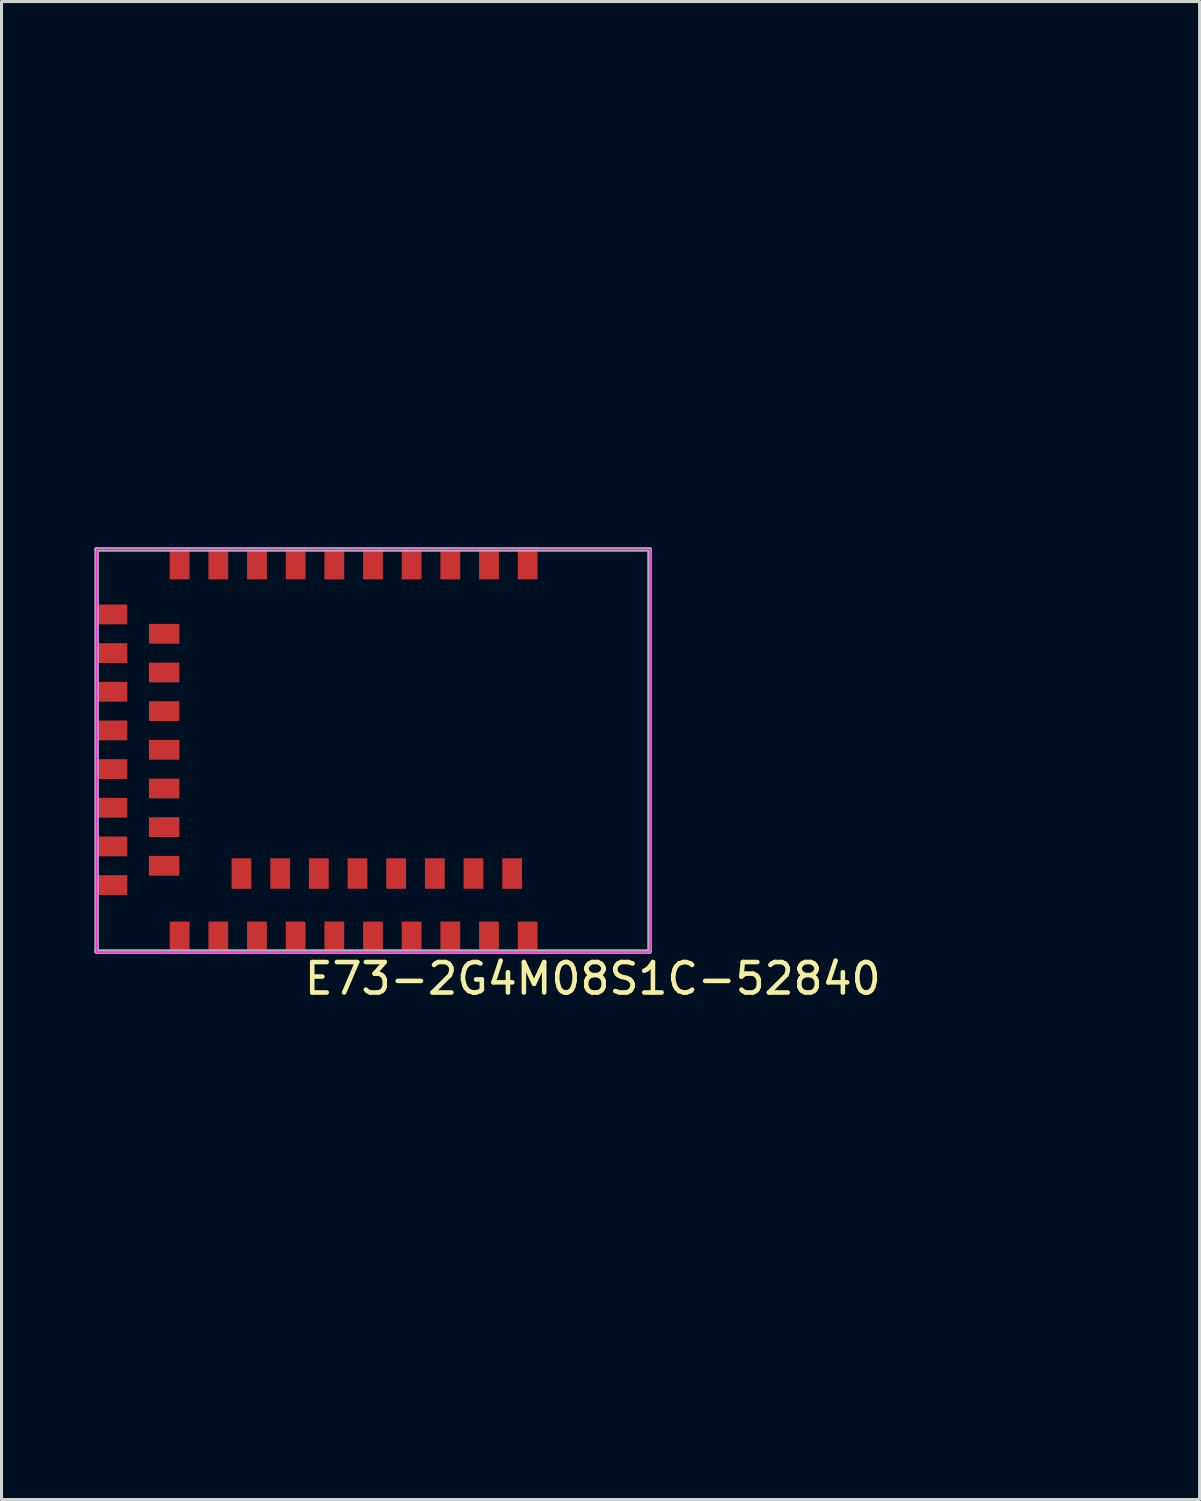
<source format=kicad_pcb>
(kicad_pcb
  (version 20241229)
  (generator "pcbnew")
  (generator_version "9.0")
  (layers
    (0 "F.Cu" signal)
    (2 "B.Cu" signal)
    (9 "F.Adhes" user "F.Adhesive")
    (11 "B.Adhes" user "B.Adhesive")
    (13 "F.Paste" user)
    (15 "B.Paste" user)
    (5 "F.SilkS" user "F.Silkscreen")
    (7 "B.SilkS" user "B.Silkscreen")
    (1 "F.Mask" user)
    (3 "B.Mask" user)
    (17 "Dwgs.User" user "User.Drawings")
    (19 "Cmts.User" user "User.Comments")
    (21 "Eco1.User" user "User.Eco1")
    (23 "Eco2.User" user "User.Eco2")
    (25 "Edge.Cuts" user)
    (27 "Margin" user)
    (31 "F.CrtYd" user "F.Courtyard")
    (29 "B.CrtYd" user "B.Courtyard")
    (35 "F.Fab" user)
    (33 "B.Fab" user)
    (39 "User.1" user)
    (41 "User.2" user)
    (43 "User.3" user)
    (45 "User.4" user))
  (footprint "E73-2G4M08S1C-52840"
    (layer "F.Cu")
    (at 0.25 21.6)
    (property "Reference" "E73-2G4M08S1C-52840" (at 16.169 7.493 180) (layer "F.SilkS") (effects (font (size 1 1) (thickness 0.15))))
    (attr through_hole)
    (fp_rect (start -0.127 -6.604) (end 18.05 6.62) (stroke (width 0.05) (type default)) (fill no) (layer "F.CrtYd"))
    (fp_line (start -0.127 -6.604) (end -0.127 6.604) (stroke (width 0.15) (type solid)) (layer "F.Fab"))
    (fp_line (start -0.127 6.604) (end 18.034 6.604) (stroke (width 0.15) (type solid)) (layer "F.Fab"))
    (fp_line (start 18.034 -6.604) (end -0.127 -6.604) (stroke (width 0.15) (type solid)) (layer "F.Fab"))
    (fp_line (start 18.034 6.604) (end 18.034 -6.604) (stroke (width 0.15) (type solid)) (layer "F.Fab"))
    (pad "1" smd rect (at 14.03 -6.119) (size 0.65 1) (layers "F.Cu" "F.Mask" "F.Paste"))
    (pad "2" smd rect (at 12.76 -6.119) (size 0.65 1) (layers "F.Cu" "F.Mask" "F.Paste"))
    (pad "3" smd rect (at 11.49 -6.119) (size 0.65 1) (layers "F.Cu" "F.Mask" "F.Paste"))
    (pad "4" smd rect (at 10.22 -6.119) (size 0.65 1) (layers "F.Cu" "F.Mask" "F.Paste"))
    (pad "5" smd rect (at 8.95 -6.119) (size 0.65 1) (layers "F.Cu" "F.Mask" "F.Paste"))
    (pad "6" smd rect (at 7.68 -6.119) (size 0.65 1) (layers "F.Cu" "F.Mask" "F.Paste"))
    (pad "7" smd rect (at 6.41 -6.119) (size 0.65 1) (layers "F.Cu" "F.Mask" "F.Paste"))
    (pad "8" smd rect (at 5.14 -6.119) (size 0.65 1) (layers "F.Cu" "F.Mask" "F.Paste"))
    (pad "9" smd rect (at 3.87 -6.119) (size 0.65 1) (layers "F.Cu" "F.Mask" "F.Paste"))
    (pad "10" smd rect (at 2.6 -6.119) (size 0.65 1) (layers "F.Cu" "F.Mask" "F.Paste"))
    (pad "11" smd rect (at 0.381 -4.47 90) (size 0.65 1) (layers "F.Cu" "F.Mask" "F.Paste"))
    (pad "12" smd rect (at 2.092 -3.833 90) (size 0.65 1) (layers "F.Cu" "F.Mask" "F.Paste"))
    (pad "13" smd rect (at 0.381 -3.2 90) (size 0.65 1) (layers "F.Cu" "F.Mask" "F.Paste"))
    (pad "14" smd rect (at 2.092 -2.563 90) (size 0.65 1) (layers "F.Cu" "F.Mask" "F.Paste"))
    (pad "15" smd rect (at 0.381 -1.93 90) (size 0.65 1) (layers "F.Cu" "F.Mask" "F.Paste"))
    (pad "16" smd rect (at 2.092 -1.293 90) (size 0.65 1) (layers "F.Cu" "F.Mask" "F.Paste"))
    (pad "17" smd rect (at 0.381 -0.66 90) (size 0.65 1) (layers "F.Cu" "F.Mask" "F.Paste"))
    (pad "18" smd rect (at 2.092 -0.023 90) (size 0.65 1) (layers "F.Cu" "F.Mask" "F.Paste"))
    (pad "19" smd rect (at 0.381 0.61 90) (size 0.65 1) (layers "F.Cu" "F.Mask" "F.Paste"))
    (pad "20" smd rect (at 2.092 1.247 90) (size 0.65 1) (layers "F.Cu" "F.Mask" "F.Paste"))
    (pad "21" smd rect (at 0.381 1.88 90) (size 0.65 1) (layers "F.Cu" "F.Mask" "F.Paste"))
    (pad "22" smd rect (at 2.092 2.517 90) (size 0.65 1) (layers "F.Cu" "F.Mask" "F.Paste"))
    (pad "23" smd rect (at 0.381 3.15 90) (size 0.65 1) (layers "F.Cu" "F.Mask" "F.Paste"))
    (pad "24" smd rect (at 2.092 3.787 90) (size 0.65 1) (layers "F.Cu" "F.Mask" "F.Paste"))
    (pad "25" smd rect (at 0.381 4.42 90) (size 0.65 1) (layers "F.Cu" "F.Mask" "F.Paste"))
    (pad "26" smd rect (at 2.6 6.119) (size 0.65 1) (layers "F.Cu" "F.Mask" "F.Paste"))
    (pad "27" smd rect (at 3.87 6.119) (size 0.65 1) (layers "F.Cu" "F.Mask" "F.Paste"))
    (pad "28" smd rect (at 4.632 4.041) (size 0.65 1) (layers "F.Cu" "F.Mask" "F.Paste"))
    (pad "29" smd rect (at 5.14 6.119) (size 0.65 1) (layers "F.Cu" "F.Mask" "F.Paste"))
    (pad "30" smd rect (at 5.902 4.041) (size 0.65 1) (layers "F.Cu" "F.Mask" "F.Paste"))
    (pad "31" smd rect (at 6.41 6.119) (size 0.65 1) (layers "F.Cu" "F.Mask" "F.Paste"))
    (pad "32" smd rect (at 7.172 4.041) (size 0.65 1) (layers "F.Cu" "F.Mask" "F.Paste"))
    (pad "33" smd rect (at 7.68 6.119) (size 0.65 1) (layers "F.Cu" "F.Mask" "F.Paste"))
    (pad "34" smd rect (at 8.442 4.041) (size 0.65 1) (layers "F.Cu" "F.Mask" "F.Paste"))
    (pad "35" smd rect (at 8.95 6.119) (size 0.65 1) (layers "F.Cu" "F.Mask" "F.Paste"))
    (pad "36" smd rect (at 9.712 4.041) (size 0.65 1) (layers "F.Cu" "F.Mask" "F.Paste"))
    (pad "37" smd rect (at 10.22 6.119) (size 0.65 1) (layers "F.Cu" "F.Mask" "F.Paste"))
    (pad "38" smd rect (at 10.982 4.041) (size 0.65 1) (layers "F.Cu" "F.Mask" "F.Paste"))
    (pad "39" smd rect (at 11.49 6.119) (size 0.65 1) (layers "F.Cu" "F.Mask" "F.Paste"))
    (pad "40" smd rect (at 12.252 4.041) (size 0.65 1) (layers "F.Cu" "F.Mask" "F.Paste"))
    (pad "41" smd rect (at 12.76 6.119) (size 0.65 1) (layers "F.Cu" "F.Mask" "F.Paste"))
    (pad "42" smd rect (at 13.522 4.041) (size 0.65 1) (layers "F.Cu" "F.Mask" "F.Paste"))
    (pad "43" smd rect (at 14.03 6.119) (size 0.65 1) (layers "F.Cu" "F.Mask" "F.Paste"))
    (zone (net_name "") (layers "F.Cu" "B.Cu") (hatch edge 0.5) (connect_pads) (min_thickness 0.25) (filled_areas_thickness no) (keepout (tracks allowed) (vias allowed) (pads allowed) (copperpour not_allowed) (footprints allowed)) (placement (enabled no)) (fill) (polygon (pts (xy 12.55 0) (xy 33.35 0) (xy 33.35 43.2) (xy 12.55 43.2))))
    (zone (net_name "") (layers "F.Cu" "B.Cu") (name "antenna") (hatch edge 0.5) (connect_pads) (min_thickness 0.25) (filled_areas_thickness no) (keepout (tracks not_allowed) (vias not_allowed) (pads not_allowed) (copperpour not_allowed) (footprints allowed)) (placement (enabled no)) (fill) (polygon (pts (xy 14.65 15) (xy 14.65 28.2) (xy 18.35 28.2) (xy 18.35 15)))))
  (gr_rect
    (start -3 -3)
    (end 36.35 46.2)
    (stroke (width 0.1) (type default))
    (fill no)
    (layer "Edge.Cuts")))
</source>
